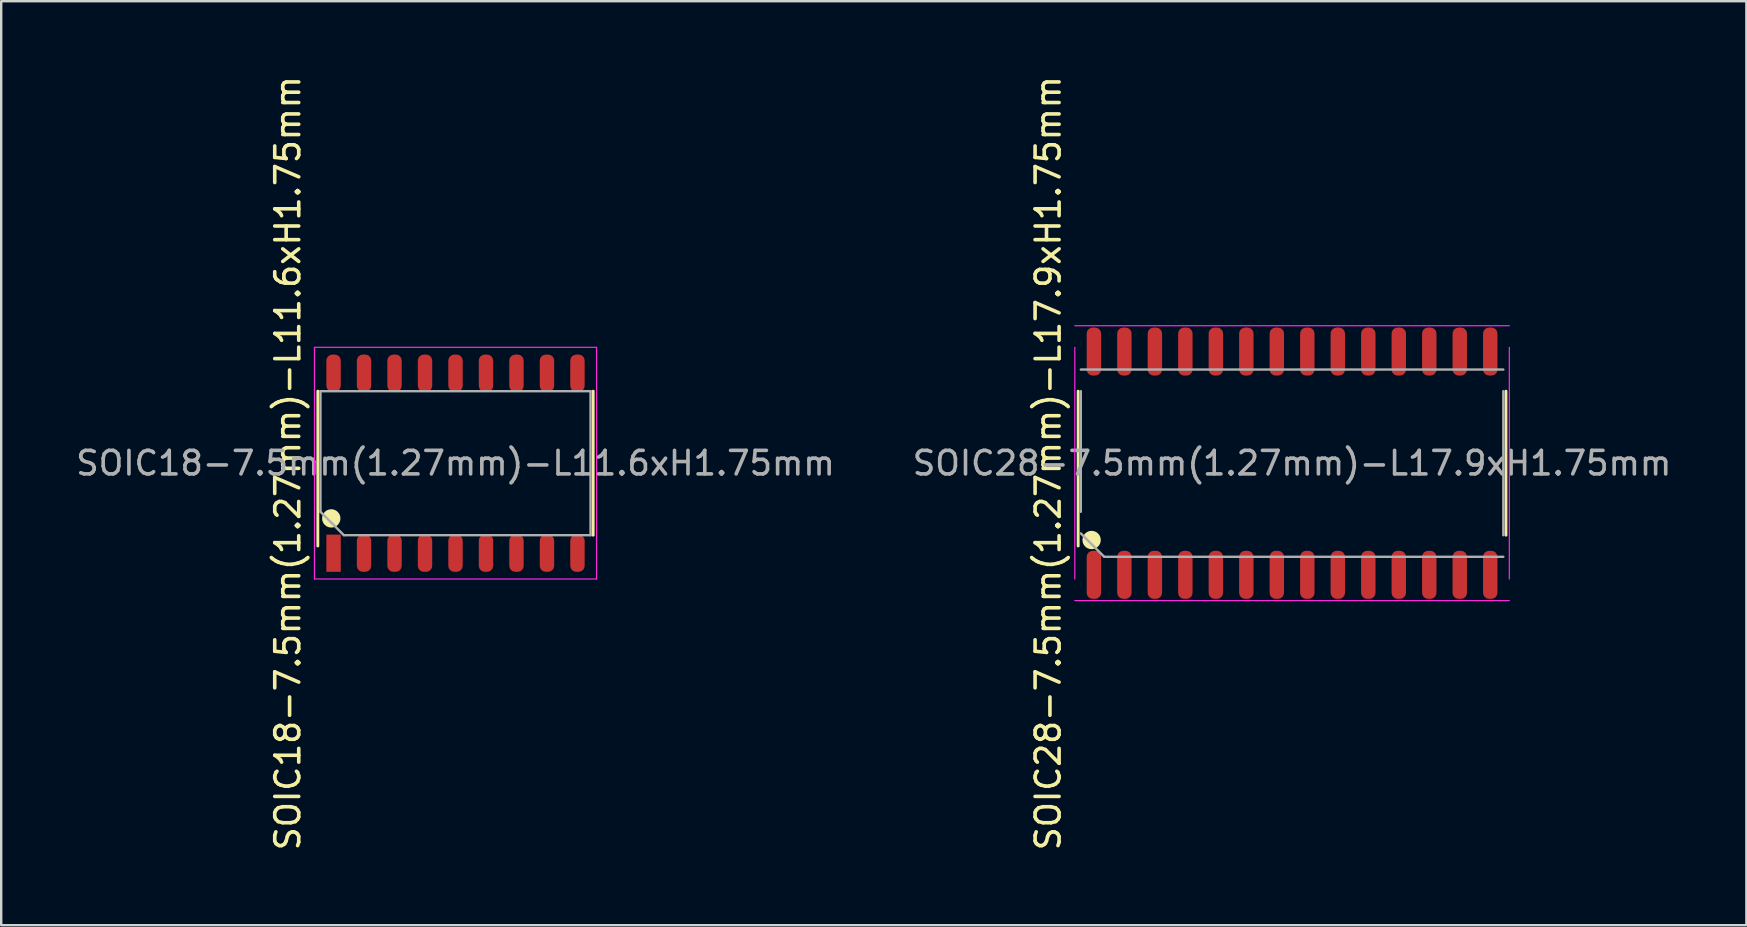
<source format=kicad_pcb>
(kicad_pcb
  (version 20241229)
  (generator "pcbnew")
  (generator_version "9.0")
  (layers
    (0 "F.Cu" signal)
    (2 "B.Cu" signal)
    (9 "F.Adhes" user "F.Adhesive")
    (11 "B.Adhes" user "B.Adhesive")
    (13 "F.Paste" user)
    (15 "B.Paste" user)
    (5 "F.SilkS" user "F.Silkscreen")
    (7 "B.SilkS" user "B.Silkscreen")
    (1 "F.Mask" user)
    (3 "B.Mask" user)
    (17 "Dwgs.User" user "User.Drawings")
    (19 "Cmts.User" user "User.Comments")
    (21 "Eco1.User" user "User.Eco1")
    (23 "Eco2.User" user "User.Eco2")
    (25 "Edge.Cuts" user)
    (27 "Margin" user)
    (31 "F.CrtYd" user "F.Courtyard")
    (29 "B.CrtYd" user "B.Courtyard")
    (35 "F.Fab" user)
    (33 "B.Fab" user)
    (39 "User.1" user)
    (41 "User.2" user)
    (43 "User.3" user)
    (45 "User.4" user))
  (footprint "SOIC18-7.5mm(1.27mm)-L11.6xH1.75mm"
    (layer "F.Cu")
    (at 15.924 16.244)
    (property "Reference" "SOIC18-7.5mm(1.27mm)-L11.6xH1.75mm" (at -6.985 0 90) (unlocked yes) (layer "F.SilkS") (effects (font (size 1 1) (thickness 0.15))))
    (attr smd)
    (fp_line (start -5.735 3.45) (end -5.735 -3) (stroke (width 0.12) (type solid)) (layer "F.SilkS"))
    (fp_line (start 5.735 3) (end 5.735 -3) (stroke (width 0.12) (type solid)) (layer "F.SilkS"))
    (fp_circle (center -5.175 2.3) (end -4.984 2.3) (stroke (width 0.381) (type solid)) (fill no) (layer "F.SilkS"))
    (fp_line (start -5.875 -4.825) (end -5.875 4.825) (stroke (width 0.05) (type solid)) (layer "F.CrtYd"))
    (fp_line (start -5.875 4.825) (end 5.875 4.825) (stroke (width 0.05) (type solid)) (layer "F.CrtYd"))
    (fp_line (start 5.875 -4.825) (end -5.875 -4.825) (stroke (width 0.05) (type solid)) (layer "F.CrtYd"))
    (fp_line (start 5.875 4.825) (end 5.875 -4.825) (stroke (width 0.05) (type solid)) (layer "F.CrtYd"))
    (fp_line (start -5.625 -3) (end 5.625 -3) (stroke (width 0.1) (type solid)) (layer "F.Fab"))
    (fp_line (start -5.625 2.025) (end -5.625 -3) (stroke (width 0.1) (type solid)) (layer "F.Fab"))
    (fp_line (start -4.65 3) (end -5.625 2.025) (stroke (width 0.1) (type solid)) (layer "F.Fab"))
    (fp_line (start 5.625 -3) (end 5.625 3) (stroke (width 0.1) (type solid)) (layer "F.Fab"))
    (fp_line (start 5.625 3) (end -4.65 3) (stroke (width 0.1) (type solid)) (layer "F.Fab"))
    (fp_text user "${REFERENCE}" (at 0 0 180) (layer "F.Fab") (effects (font (size 0.98 0.98) (thickness 0.15))))
    (pad "1" smd rect (at -5.08 3.75 90) (size 1.55 0.6) (layers "F.Cu" "F.Mask" "F.Paste"))
    (pad "2" smd roundrect (at -3.81 3.75 90) (size 1.55 0.6) (layers "F.Cu" "F.Mask" "F.Paste") (roundrect_rratio 0.417))
    (pad "3" smd roundrect (at -2.54 3.75 90) (size 1.55 0.6) (layers "F.Cu" "F.Mask" "F.Paste") (roundrect_rratio 0.417))
    (pad "4" smd roundrect (at -1.27 3.75 90) (size 1.55 0.6) (layers "F.Cu" "F.Mask" "F.Paste") (roundrect_rratio 0.417))
    (pad "5" smd roundrect (at 0 3.75 90) (size 1.55 0.6) (layers "F.Cu" "F.Mask" "F.Paste") (roundrect_rratio 0.417))
    (pad "6" smd roundrect (at 1.27 3.75 90) (size 1.55 0.6) (layers "F.Cu" "F.Mask" "F.Paste") (roundrect_rratio 0.417))
    (pad "7" smd roundrect (at 2.54 3.75 90) (size 1.55 0.6) (layers "F.Cu" "F.Mask" "F.Paste") (roundrect_rratio 0.417))
    (pad "8" smd roundrect (at 3.81 3.75 90) (size 1.55 0.6) (layers "F.Cu" "F.Mask" "F.Paste") (roundrect_rratio 0.417))
    (pad "9" smd roundrect (at 5.08 3.75 270) (size 1.55 0.6) (layers "F.Cu" "F.Mask" "F.Paste") (roundrect_rratio 0.417))
    (pad "10" smd roundrect (at 5.08 -3.75 270) (size 1.55 0.6) (layers "F.Cu" "F.Mask" "F.Paste") (roundrect_rratio 0.417))
    (pad "11" smd roundrect (at 3.81 -3.75 90) (size 1.55 0.6) (layers "F.Cu" "F.Mask" "F.Paste") (roundrect_rratio 0.417))
    (pad "12" smd roundrect (at 2.54 -3.75 90) (size 1.55 0.6) (layers "F.Cu" "F.Mask" "F.Paste") (roundrect_rratio 0.417))
    (pad "13" smd roundrect (at 1.27 -3.75 90) (size 1.55 0.6) (layers "F.Cu" "F.Mask" "F.Paste") (roundrect_rratio 0.417))
    (pad "14" smd roundrect (at 0 -3.75 90) (size 1.55 0.6) (layers "F.Cu" "F.Mask" "F.Paste") (roundrect_rratio 0.417))
    (pad "15" smd roundrect (at -1.27 -3.75 90) (size 1.55 0.6) (layers "F.Cu" "F.Mask" "F.Paste") (roundrect_rratio 0.417))
    (pad "16" smd roundrect (at -2.54 -3.75 90) (size 1.55 0.6) (layers "F.Cu" "F.Mask" "F.Paste") (roundrect_rratio 0.417))
    (pad "17" smd roundrect (at -3.81 -3.75 90) (size 1.55 0.6) (layers "F.Cu" "F.Mask" "F.Paste") (roundrect_rratio 0.417))
    (pad "18" smd roundrect (at -5.08 -3.75 90) (size 1.55 0.6) (layers "F.Cu" "F.Mask" "F.Paste") (roundrect_rratio 0.417)))
  (footprint "SOIC28-7.5mm(1.27mm)-L17.9xH1.75mm"
    (layer "F.Cu")
    (at 50.771 16.244)
    (property "Reference" "SOIC28-7.5mm(1.27mm)-L17.9xH1.75mm" (at -10.16 0 90) (unlocked yes) (layer "F.SilkS") (effects (font (size 1 1) (thickness 0.15))))
    (attr smd)
    (fp_line (start -8.91 3.45) (end -8.91 -3) (stroke (width 0.12) (type solid)) (layer "F.SilkS"))
    (fp_line (start 8.91 3) (end 8.91 -3) (stroke (width 0.12) (type solid)) (layer "F.SilkS"))
    (fp_circle (center -8.35 3.2) (end -8.159 3.2) (stroke (width 0.381) (type solid)) (fill no) (layer "F.SilkS"))
    (fp_line (start -9.05 -4.825) (end -9.05 4.825) (stroke (width 0.05) (type solid)) (layer "F.CrtYd"))
    (fp_line (start -9.05 5.725) (end 9.05 5.725) (stroke (width 0.05) (type solid)) (layer "F.CrtYd"))
    (fp_line (start 9.05 -5.725) (end -9.05 -5.725) (stroke (width 0.05) (type solid)) (layer "F.CrtYd"))
    (fp_line (start 9.05 4.825) (end 9.05 -4.825) (stroke (width 0.05) (type solid)) (layer "F.CrtYd"))
    (fp_line (start -8.8 -3.9) (end 8.8 -3.9) (stroke (width 0.1) (type solid)) (layer "F.Fab"))
    (fp_line (start -8.8 2.025) (end -8.8 -3) (stroke (width 0.1) (type solid)) (layer "F.Fab"))
    (fp_line (start -7.825 3.9) (end -8.8 2.925) (stroke (width 0.1) (type solid)) (layer "F.Fab"))
    (fp_line (start 8.8 -3) (end 8.8 3) (stroke (width 0.1) (type solid)) (layer "F.Fab"))
    (fp_line (start 8.8 3.9) (end -7.825 3.9) (stroke (width 0.1) (type solid)) (layer "F.Fab"))
    (fp_text user "${REFERENCE}" (at 0 0 180) (layer "F.Fab") (effects (font (size 0.98 0.98) (thickness 0.15))))
    (pad "1" smd roundrect (at -8.255 4.65) (size 0.6 2) (layers "F.Cu" "F.Mask" "F.Paste") (roundrect_rratio 0.417))
    (pad "2" smd roundrect (at -6.985 4.65) (size 0.6 2) (layers "F.Cu" "F.Mask" "F.Paste") (roundrect_rratio 0.417))
    (pad "3" smd roundrect (at -5.715 4.65) (size 0.6 2) (layers "F.Cu" "F.Mask" "F.Paste") (roundrect_rratio 0.417))
    (pad "4" smd roundrect (at -4.445 4.65) (size 0.6 2) (layers "F.Cu" "F.Mask" "F.Paste") (roundrect_rratio 0.417))
    (pad "5" smd roundrect (at -3.175 4.65) (size 0.6 2) (layers "F.Cu" "F.Mask" "F.Paste") (roundrect_rratio 0.417))
    (pad "6" smd roundrect (at -1.905 4.65) (size 0.6 2) (layers "F.Cu" "F.Mask" "F.Paste") (roundrect_rratio 0.417))
    (pad "7" smd roundrect (at -0.635 4.65) (size 0.6 2) (layers "F.Cu" "F.Mask" "F.Paste") (roundrect_rratio 0.417))
    (pad "8" smd roundrect (at 0.635 4.65) (size 0.6 2) (layers "F.Cu" "F.Mask" "F.Paste") (roundrect_rratio 0.417))
    (pad "9" smd roundrect (at 1.905 4.65) (size 0.6 2) (layers "F.Cu" "F.Mask" "F.Paste") (roundrect_rratio 0.417))
    (pad "10" smd roundrect (at 3.175 4.65) (size 0.6 2) (layers "F.Cu" "F.Mask" "F.Paste") (roundrect_rratio 0.417))
    (pad "11" smd roundrect (at 4.445 4.65) (size 0.6 2) (layers "F.Cu" "F.Mask" "F.Paste") (roundrect_rratio 0.417))
    (pad "12" smd roundrect (at 5.715 4.65) (size 0.6 2) (layers "F.Cu" "F.Mask" "F.Paste") (roundrect_rratio 0.417))
    (pad "13" smd roundrect (at 6.985 4.65) (size 0.6 2) (layers "F.Cu" "F.Mask" "F.Paste") (roundrect_rratio 0.417))
    (pad "14" smd roundrect (at 8.255 4.65) (size 0.6 2) (layers "F.Cu" "F.Mask" "F.Paste") (roundrect_rratio 0.417))
    (pad "15" smd roundrect (at 8.255 -4.65) (size 0.6 2) (layers "F.Cu" "F.Mask" "F.Paste") (roundrect_rratio 0.417))
    (pad "16" smd roundrect (at 6.985 -4.65) (size 0.6 2) (layers "F.Cu" "F.Mask" "F.Paste") (roundrect_rratio 0.417))
    (pad "17" smd roundrect (at 5.715 -4.65) (size 0.6 2) (layers "F.Cu" "F.Mask" "F.Paste") (roundrect_rratio 0.417))
    (pad "18" smd roundrect (at 4.445 -4.65) (size 0.6 2) (layers "F.Cu" "F.Mask" "F.Paste") (roundrect_rratio 0.417))
    (pad "19" smd roundrect (at 3.175 -4.65) (size 0.6 2) (layers "F.Cu" "F.Mask" "F.Paste") (roundrect_rratio 0.417))
    (pad "20" smd roundrect (at 1.905 -4.65) (size 0.6 2) (layers "F.Cu" "F.Mask" "F.Paste") (roundrect_rratio 0.417))
    (pad "21" smd roundrect (at 0.635 -4.65) (size 0.6 2) (layers "F.Cu" "F.Mask" "F.Paste") (roundrect_rratio 0.417))
    (pad "22" smd roundrect (at -0.635 -4.65) (size 0.6 2) (layers "F.Cu" "F.Mask" "F.Paste") (roundrect_rratio 0.417))
    (pad "23" smd roundrect (at -1.905 -4.65) (size 0.6 2) (layers "F.Cu" "F.Mask" "F.Paste") (roundrect_rratio 0.417))
    (pad "24" smd roundrect (at -3.175 -4.65) (size 0.6 2) (layers "F.Cu" "F.Mask" "F.Paste") (roundrect_rratio 0.417))
    (pad "25" smd roundrect (at -4.445 -4.65) (size 0.6 2) (layers "F.Cu" "F.Mask" "F.Paste") (roundrect_rratio 0.417))
    (pad "26" smd roundrect (at -5.715 -4.65) (size 0.6 2) (layers "F.Cu" "F.Mask" "F.Paste") (roundrect_rratio 0.417))
    (pad "27" smd roundrect (at -6.985 -4.65) (size 0.6 2) (layers "F.Cu" "F.Mask" "F.Paste") (roundrect_rratio 0.417))
    (pad "28" smd roundrect (at -8.255 -4.65) (size 0.6 2) (layers "F.Cu" "F.Mask" "F.Paste") (roundrect_rratio 0.417)))
  (gr_rect
    (start -3 -3)
    (end 69.695 35.488)
    (stroke (width 0.1) (type default))
    (fill no)
    (layer "Edge.Cuts")))
</source>
